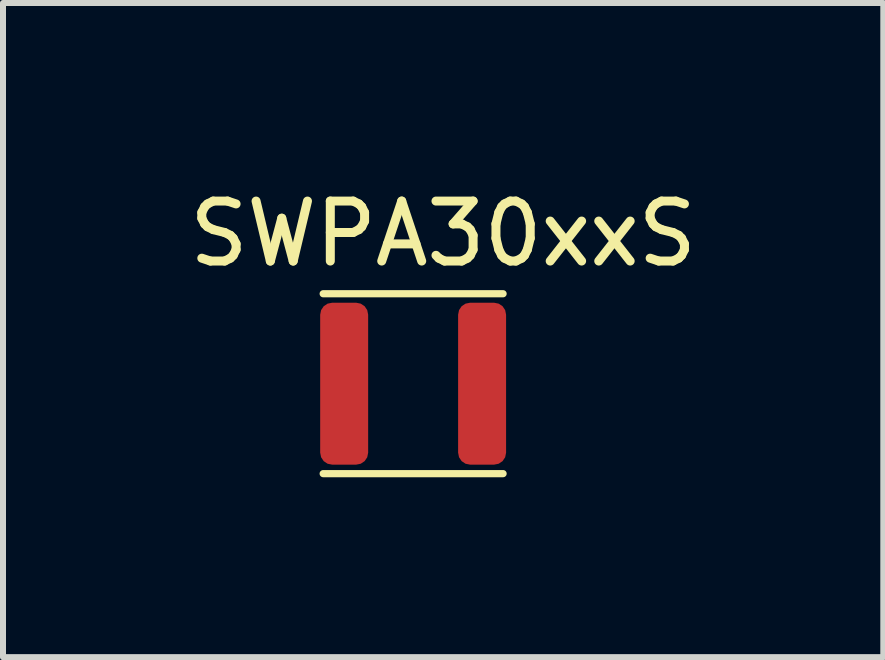
<source format=kicad_pcb>
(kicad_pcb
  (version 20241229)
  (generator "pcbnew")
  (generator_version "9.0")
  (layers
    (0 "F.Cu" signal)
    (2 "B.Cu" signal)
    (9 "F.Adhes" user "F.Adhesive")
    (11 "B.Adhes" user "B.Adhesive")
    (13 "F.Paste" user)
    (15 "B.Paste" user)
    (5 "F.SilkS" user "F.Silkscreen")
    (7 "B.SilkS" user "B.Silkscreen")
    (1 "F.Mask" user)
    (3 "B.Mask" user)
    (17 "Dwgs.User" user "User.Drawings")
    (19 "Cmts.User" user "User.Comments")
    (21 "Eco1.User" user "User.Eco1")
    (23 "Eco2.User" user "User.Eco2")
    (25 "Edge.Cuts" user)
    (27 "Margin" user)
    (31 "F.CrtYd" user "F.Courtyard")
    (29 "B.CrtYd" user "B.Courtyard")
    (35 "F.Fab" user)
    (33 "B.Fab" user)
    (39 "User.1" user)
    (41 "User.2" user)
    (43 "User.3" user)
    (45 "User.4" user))
  (footprint "SWPA30xxS"
    (layer "F.Cu")
    (at 3.839 3.348)
    (property "Reference" "SWPA30xxS" (at 0.5 -2.5 0) (layer "F.SilkS") (effects (font (size 1 1) (thickness 0.15))))
    (attr through_hole)
    (fp_line (start -1.5 -1.5) (end 1.5 -1.5) (stroke (width 0.12) (type solid)) (layer "F.SilkS"))
    (fp_line (start 1.5 1.5) (end -1.5 1.5) (stroke (width 0.12) (type solid)) (layer "F.SilkS"))
    (pad "1" smd roundrect (at -1.15 0) (size 0.8 2.7) (layers "F.Cu" "F.Mask" "F.Paste") (roundrect_rratio 0.25))
    (pad "2" smd roundrect (at 1.15 0) (size 0.8 2.7) (layers "F.Cu" "F.Mask" "F.Paste") (roundrect_rratio 0.25)))
  (gr_rect
    (start -3 -3)
    (end 11.679 7.908)
    (stroke (width 0.1) (type default))
    (fill no)
    (layer "Edge.Cuts")))
</source>
